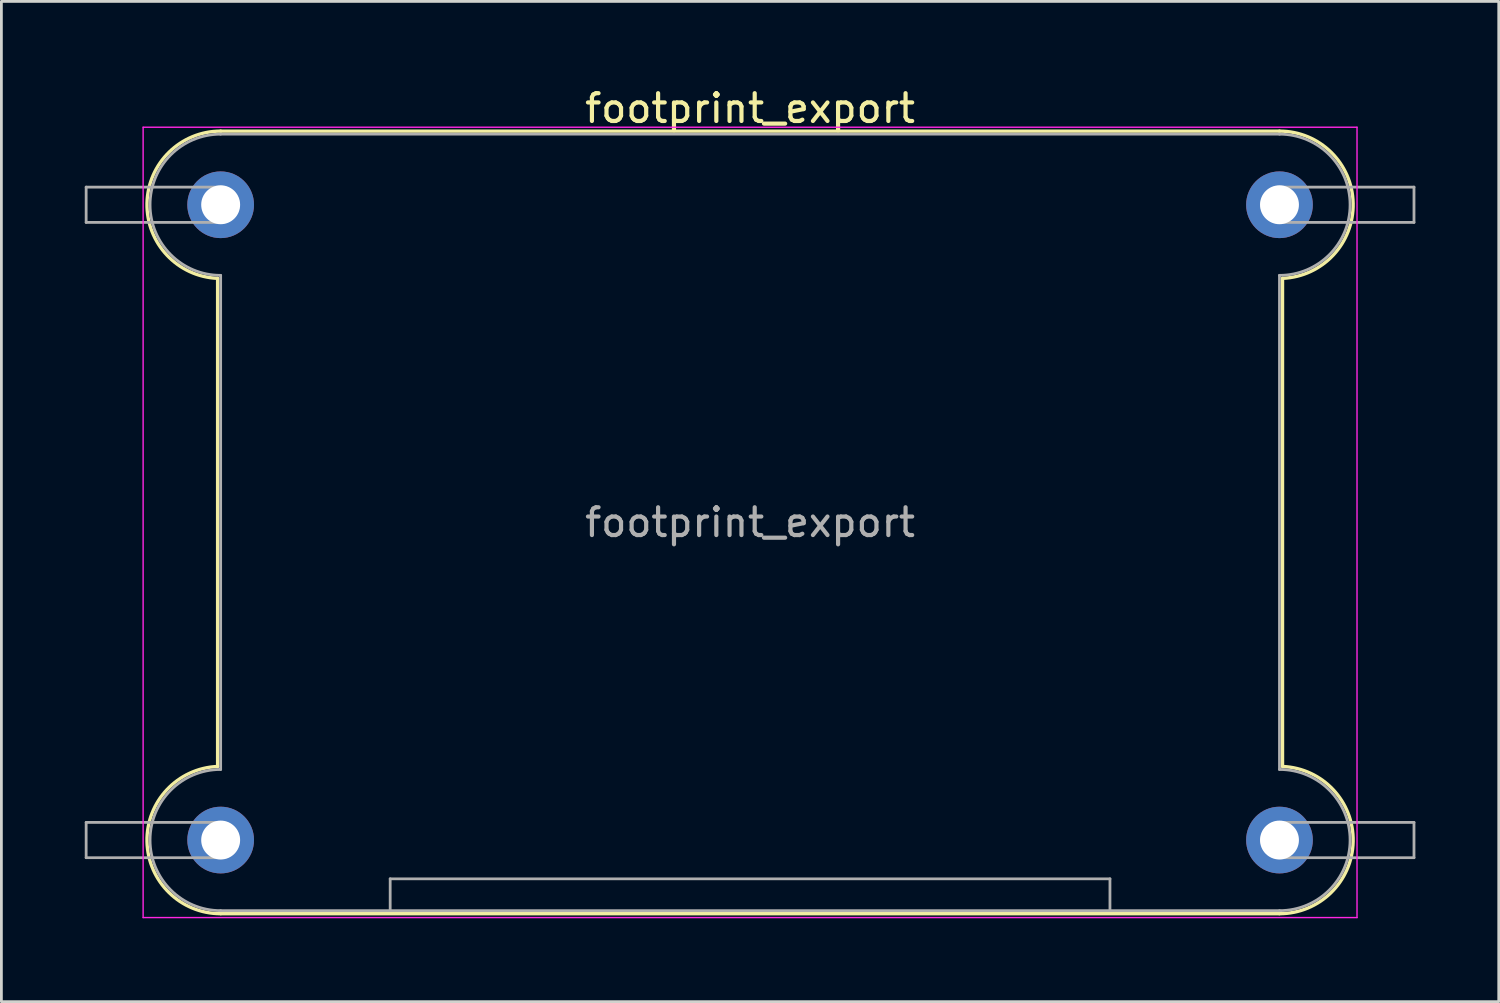
<source format=kicad_pcb>
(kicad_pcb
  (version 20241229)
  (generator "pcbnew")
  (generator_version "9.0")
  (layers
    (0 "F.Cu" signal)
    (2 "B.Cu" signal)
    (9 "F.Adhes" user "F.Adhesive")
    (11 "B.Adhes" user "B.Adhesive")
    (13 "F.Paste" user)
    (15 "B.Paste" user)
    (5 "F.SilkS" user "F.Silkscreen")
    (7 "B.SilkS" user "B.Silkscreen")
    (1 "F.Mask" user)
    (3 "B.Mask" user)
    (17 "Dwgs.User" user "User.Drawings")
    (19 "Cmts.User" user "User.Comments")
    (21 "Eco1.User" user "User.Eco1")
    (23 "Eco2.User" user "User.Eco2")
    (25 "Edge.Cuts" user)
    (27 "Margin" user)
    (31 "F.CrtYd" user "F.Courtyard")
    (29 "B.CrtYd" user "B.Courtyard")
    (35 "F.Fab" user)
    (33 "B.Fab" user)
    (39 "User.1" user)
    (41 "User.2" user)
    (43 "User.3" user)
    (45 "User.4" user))
  (footprint "footprint_export"
    (layer "F.Cu")
    (at 4.89 27.178)
    (property "Reference" "footprint_export" (at 19.05 -26.33 0) (layer "F.SilkS") (effects (font (size 1 1) (thickness 0.15))))
    (attr through_hole)
    (fp_line (start -0.11 -2.65) (end -0.11 -20.21) (stroke (width 0.12) (type solid)) (layer "F.SilkS"))
    (fp_line (start 0 -25.51) (end 38.1 -25.51) (stroke (width 0.12) (type solid)) (layer "F.SilkS"))
    (fp_line (start 0 2.65) (end 38.1 2.65) (stroke (width 0.12) (type solid)) (layer "F.SilkS"))
    (fp_line (start 38.21 -2.65) (end 38.21 -20.21) (stroke (width 0.12) (type solid)) (layer "F.SilkS"))
    (fp_arc (start -0.11097 -20.212325) (mid -2.649418 -22.915497) (end 0 -25.51) (stroke (width 0.12) (type solid)) (layer "F.SilkS"))
    (fp_arc (start 0 2.65) (mid -2.649419 0.055497) (end -0.11097 -2.647675) (stroke (width 0.12) (type solid)) (layer "F.SilkS"))
    (fp_arc (start 38.1 -25.51) (mid 40.749419 -22.915497) (end 38.21097 -20.212325) (stroke (width 0.12) (type solid)) (layer "F.SilkS"))
    (fp_arc (start 38.21097 -2.647675) (mid 40.749418 0.055497) (end 38.1 2.65) (stroke (width 0.12) (type solid)) (layer "F.SilkS"))
    (fp_line (start -2.79 -25.65) (end 40.89 -25.65) (stroke (width 0.05) (type solid)) (layer "F.CrtYd"))
    (fp_line (start -2.79 2.79) (end -2.79 -25.65) (stroke (width 0.05) (type solid)) (layer "F.CrtYd"))
    (fp_line (start -2.79 2.79) (end 40.89 2.79) (stroke (width 0.05) (type solid)) (layer "F.CrtYd"))
    (fp_line (start 40.89 2.79) (end 40.89 -25.65) (stroke (width 0.05) (type solid)) (layer "F.CrtYd"))
    (fp_line (start -4.84 -23.495) (end 0 -23.495) (stroke (width 0.1) (type solid)) (layer "F.Fab"))
    (fp_line (start -4.84 -22.225) (end -4.84 -23.495) (stroke (width 0.1) (type solid)) (layer "F.Fab"))
    (fp_line (start -4.84 -0.635) (end 0 -0.635) (stroke (width 0.1) (type solid)) (layer "F.Fab"))
    (fp_line (start -4.84 0.635) (end -4.84 -0.635) (stroke (width 0.1) (type solid)) (layer "F.Fab"))
    (fp_line (start 0 -25.4) (end 38.1 -25.4) (stroke (width 0.1) (type solid)) (layer "F.Fab"))
    (fp_line (start 0 -22.225) (end -4.84 -22.225) (stroke (width 0.1) (type solid)) (layer "F.Fab"))
    (fp_line (start 0 -2.54) (end 0 -20.32) (stroke (width 0.1) (type solid)) (layer "F.Fab"))
    (fp_line (start 0 0.635) (end -4.84 0.635) (stroke (width 0.1) (type solid)) (layer "F.Fab"))
    (fp_line (start 0 2.54) (end 38.1 2.54) (stroke (width 0.1) (type solid)) (layer "F.Fab"))
    (fp_line (start 6.1 1.395) (end 6.1 2.54) (stroke (width 0.1) (type solid)) (layer "F.Fab"))
    (fp_line (start 6.1 1.395) (end 32 1.395) (stroke (width 0.1) (type solid)) (layer "F.Fab"))
    (fp_line (start 32 1.395) (end 32 2.54) (stroke (width 0.1) (type solid)) (layer "F.Fab"))
    (fp_line (start 38.1 -23.495) (end 42.94 -23.495) (stroke (width 0.1) (type solid)) (layer "F.Fab"))
    (fp_line (start 38.1 -2.54) (end 38.1 -20.32) (stroke (width 0.1) (type solid)) (layer "F.Fab"))
    (fp_line (start 38.1 -0.635) (end 42.94 -0.635) (stroke (width 0.1) (type solid)) (layer "F.Fab"))
    (fp_line (start 42.94 -23.495) (end 42.94 -22.225) (stroke (width 0.1) (type solid)) (layer "F.Fab"))
    (fp_line (start 42.94 -22.225) (end 38.1 -22.225) (stroke (width 0.1) (type solid)) (layer "F.Fab"))
    (fp_line (start 42.94 -0.635) (end 42.94 0.635) (stroke (width 0.1) (type solid)) (layer "F.Fab"))
    (fp_line (start 42.94 0.635) (end 38.1 0.635) (stroke (width 0.1) (type solid)) (layer "F.Fab"))
    (fp_arc (start 0 -23.495) (mid 0.635 -22.86) (end 0 -22.225) (stroke (width 0.1) (type solid)) (layer "F.Fab"))
    (fp_arc (start 0 -20.32) (mid -2.54 -22.86) (end 0 -25.4) (stroke (width 0.1) (type solid)) (layer "F.Fab"))
    (fp_arc (start 0 -0.635) (mid 0.635 0) (end 0 0.635) (stroke (width 0.1) (type solid)) (layer "F.Fab"))
    (fp_arc (start 0 2.54) (mid -2.54 0) (end 0 -2.54) (stroke (width 0.1) (type solid)) (layer "F.Fab"))
    (fp_arc (start 38.1 -25.4) (mid 40.64 -22.86) (end 38.1 -20.32) (stroke (width 0.1) (type solid)) (layer "F.Fab"))
    (fp_arc (start 38.1 -22.225) (mid 37.465 -22.86) (end 38.1 -23.495) (stroke (width 0.1) (type solid)) (layer "F.Fab"))
    (fp_arc (start 38.1 -2.54) (mid 40.64 0) (end 38.1 2.54) (stroke (width 0.1) (type solid)) (layer "F.Fab"))
    (fp_arc (start 38.1 0.635) (mid 37.465 0) (end 38.1 -0.635) (stroke (width 0.1) (type solid)) (layer "F.Fab"))
    (fp_text user "${REFERENCE}" (at 19.05 -11.43 0) (layer "F.Fab") (effects (font (size 1 1) (thickness 0.15))))
    (pad "1" thru_hole circle (at 0 0) (size 2.4 2.4) (drill 1.4) (layers "*.Cu" "*.Mask"))
    (pad "2" thru_hole circle (at 38.1 -22.86) (size 2.4 2.4) (drill 1.4) (layers "*.Cu" "*.Mask"))
    (pad "3" thru_hole circle (at 0 -22.86) (size 2.4 2.4) (drill 1.4) (layers "*.Cu" "*.Mask"))
    (pad "4" thru_hole circle (at 38.1 0) (size 2.4 2.4) (drill 1.4) (layers "*.Cu" "*.Mask")))
  (gr_rect
    (start -3 -3)
    (end 50.88 32.993)
    (stroke (width 0.1) (type default))
    (fill no)
    (layer "Edge.Cuts")))
</source>
